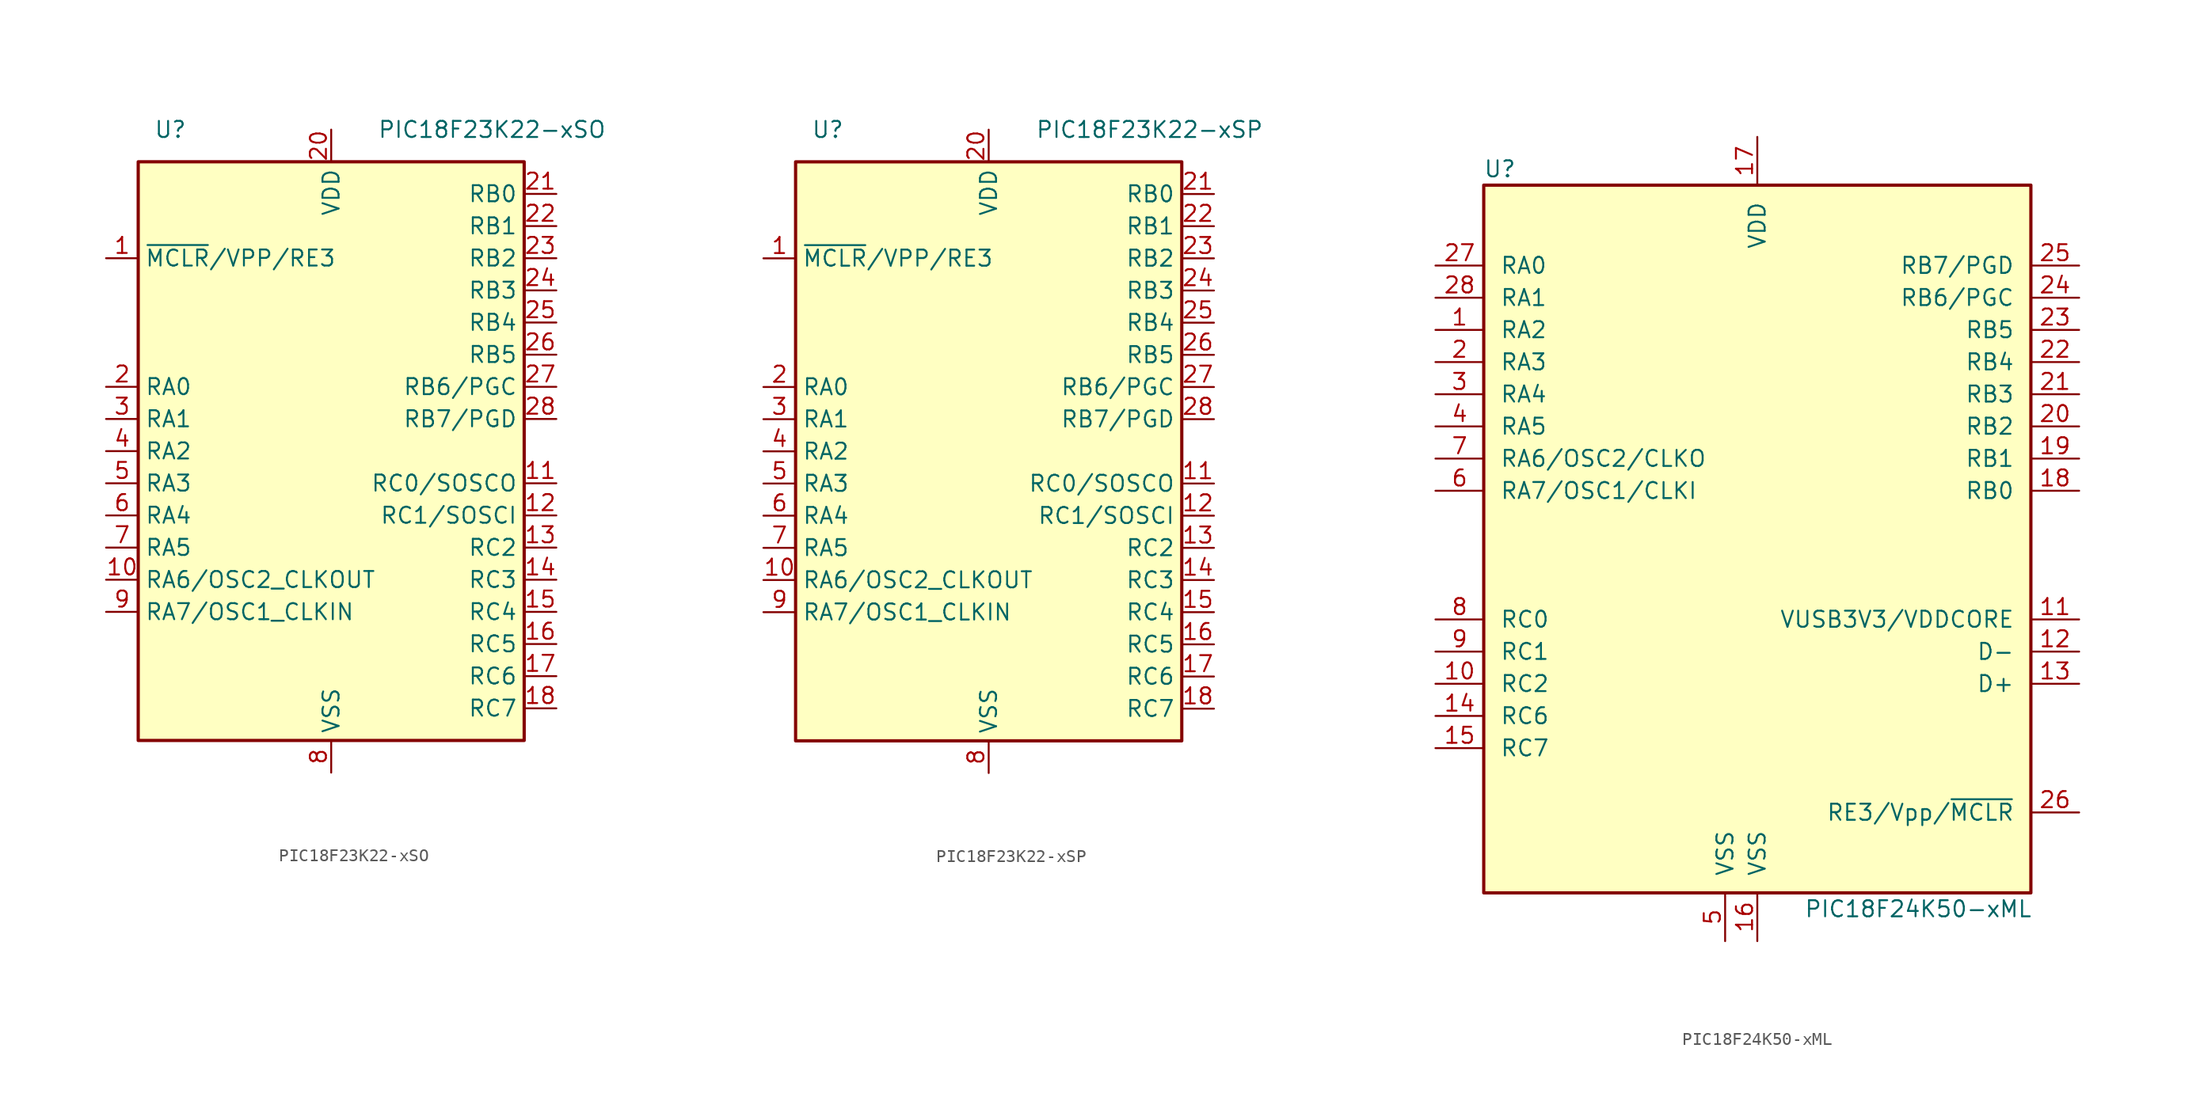
<source format=kicad_sym>
(kicad_symbol_lib
  (version 20211014)
  (generator kicad_symbol_editor)
  (symbol "PIC18F23K22-xSO"
    (property "Reference" "U"
      (at -12.7 25.4 0)
      (effects (font (size 1.27 1.27))))
    (property "Value" "PIC18F23K22-xSO"
      (at 12.7 25.4 0)
      (effects (font (size 1.27 1.27))))
    (symbol "PIC18F23K22-xSO_1_1"
      (rectangle (start -15.24 22.86) (end 15.24 -22.86) (stroke (width 0.254) (type default) (color 0 0 0 0)) (fill (type background)))
      (pin input line (at -17.78 15.24 0) (length 2.54) (name "~{MCLR}/VPP/RE3" (effects (font (size 1.27 1.27)))) (number "1" (effects (font (size 1.27 1.27)))))
      (pin bidirectional line (at -17.78 -10.16 0) (length 2.54) (name "RA6/OSC2_CLKOUT" (effects (font (size 1.27 1.27)))) (number "10" (effects (font (size 1.27 1.27)))))
      (pin bidirectional line (at 17.78 -2.54 180) (length 2.54) (name "RC0/SOSCO" (effects (font (size 1.27 1.27)))) (number "11" (effects (font (size 1.27 1.27)))))
      (pin bidirectional line (at 17.78 -5.08 180) (length 2.54) (name "RC1/SOSCI" (effects (font (size 1.27 1.27)))) (number "12" (effects (font (size 1.27 1.27)))))
      (pin bidirectional line (at 17.78 -7.62 180) (length 2.54) (name "RC2" (effects (font (size 1.27 1.27)))) (number "13" (effects (font (size 1.27 1.27)))))
      (pin bidirectional line (at 17.78 -10.16 180) (length 2.54) (name "RC3" (effects (font (size 1.27 1.27)))) (number "14" (effects (font (size 1.27 1.27)))))
      (pin bidirectional line (at 17.78 -12.7 180) (length 2.54) (name "RC4" (effects (font (size 1.27 1.27)))) (number "15" (effects (font (size 1.27 1.27)))))
      (pin bidirectional line (at 17.78 -15.24 180) (length 2.54) (name "RC5" (effects (font (size 1.27 1.27)))) (number "16" (effects (font (size 1.27 1.27)))))
      (pin bidirectional line (at 17.78 -17.78 180) (length 2.54) (name "RC6" (effects (font (size 1.27 1.27)))) (number "17" (effects (font (size 1.27 1.27)))))
      (pin bidirectional line (at 17.78 -20.32 180) (length 2.54) (name "RC7" (effects (font (size 1.27 1.27)))) (number "18" (effects (font (size 1.27 1.27)))))
      (pin passive line (at 0 -25.4 90) (length 2.54) hide (name "VSS" (effects (font (size 1.27 1.27)))) (number "19" (effects (font (size 1.27 1.27)))))
      (pin bidirectional line (at -17.78 5.08 0) (length 2.54) (name "RA0" (effects (font (size 1.27 1.27)))) (number "2" (effects (font (size 1.27 1.27)))))
      (pin power_in line (at 0 25.4 270) (length 2.54) (name "VDD" (effects (font (size 1.27 1.27)))) (number "20" (effects (font (size 1.27 1.27)))))
      (pin bidirectional line (at 17.78 20.32 180) (length 2.54) (name "RB0" (effects (font (size 1.27 1.27)))) (number "21" (effects (font (size 1.27 1.27)))))
      (pin bidirectional line (at 17.78 17.78 180) (length 2.54) (name "RB1" (effects (font (size 1.27 1.27)))) (number "22" (effects (font (size 1.27 1.27)))))
      (pin bidirectional line (at 17.78 15.24 180) (length 2.54) (name "RB2" (effects (font (size 1.27 1.27)))) (number "23" (effects (font (size 1.27 1.27)))))
      (pin bidirectional line (at 17.78 12.7 180) (length 2.54) (name "RB3" (effects (font (size 1.27 1.27)))) (number "24" (effects (font (size 1.27 1.27)))))
      (pin bidirectional line (at 17.78 10.16 180) (length 2.54) (name "RB4" (effects (font (size 1.27 1.27)))) (number "25" (effects (font (size 1.27 1.27)))))
      (pin bidirectional line (at 17.78 7.62 180) (length 2.54) (name "RB5" (effects (font (size 1.27 1.27)))) (number "26" (effects (font (size 1.27 1.27)))))
      (pin bidirectional line (at 17.78 5.08 180) (length 2.54) (name "RB6/PGC" (effects (font (size 1.27 1.27)))) (number "27" (effects (font (size 1.27 1.27)))))
      (pin bidirectional line (at 17.78 2.54 180) (length 2.54) (name "RB7/PGD" (effects (font (size 1.27 1.27)))) (number "28" (effects (font (size 1.27 1.27)))))
      (pin bidirectional line (at -17.78 2.54 0) (length 2.54) (name "RA1" (effects (font (size 1.27 1.27)))) (number "3" (effects (font (size 1.27 1.27)))))
      (pin bidirectional line (at -17.78 0 0) (length 2.54) (name "RA2" (effects (font (size 1.27 1.27)))) (number "4" (effects (font (size 1.27 1.27)))))
      (pin bidirectional line (at -17.78 -2.54 0) (length 2.54) (name "RA3" (effects (font (size 1.27 1.27)))) (number "5" (effects (font (size 1.27 1.27)))))
      (pin bidirectional line (at -17.78 -5.08 0) (length 2.54) (name "RA4" (effects (font (size 1.27 1.27)))) (number "6" (effects (font (size 1.27 1.27)))))
      (pin bidirectional line (at -17.78 -7.62 0) (length 2.54) (name "RA5" (effects (font (size 1.27 1.27)))) (number "7" (effects (font (size 1.27 1.27)))))
      (pin power_in line (at 0 -25.4 90) (length 2.54) (name "VSS" (effects (font (size 1.27 1.27)))) (number "8" (effects (font (size 1.27 1.27)))))
      (pin bidirectional line (at -17.78 -12.7 0) (length 2.54) (name "RA7/OSC1_CLKIN" (effects (font (size 1.27 1.27)))) (number "9" (effects (font (size 1.27 1.27)))))))
  (symbol "PIC18F23K22-xSP"
    (property "Reference" "U"
      (at -12.7 25.4 0)
      (effects (font (size 1.27 1.27))))
    (property "Value" "PIC18F23K22-xSP"
      (at 12.7 25.4 0)
      (effects (font (size 1.27 1.27))))
    (symbol "PIC18F23K22-xSP_1_1"
      (rectangle (start -15.24 22.86) (end 15.24 -22.86) (stroke (width 0.254) (type default) (color 0 0 0 0)) (fill (type background)))
      (pin input line (at -17.78 15.24 0) (length 2.54) (name "~{MCLR}/VPP/RE3" (effects (font (size 1.27 1.27)))) (number "1" (effects (font (size 1.27 1.27)))))
      (pin bidirectional line (at -17.78 -10.16 0) (length 2.54) (name "RA6/OSC2_CLKOUT" (effects (font (size 1.27 1.27)))) (number "10" (effects (font (size 1.27 1.27)))))
      (pin bidirectional line (at 17.78 -2.54 180) (length 2.54) (name "RC0/SOSCO" (effects (font (size 1.27 1.27)))) (number "11" (effects (font (size 1.27 1.27)))))
      (pin bidirectional line (at 17.78 -5.08 180) (length 2.54) (name "RC1/SOSCI" (effects (font (size 1.27 1.27)))) (number "12" (effects (font (size 1.27 1.27)))))
      (pin bidirectional line (at 17.78 -7.62 180) (length 2.54) (name "RC2" (effects (font (size 1.27 1.27)))) (number "13" (effects (font (size 1.27 1.27)))))
      (pin bidirectional line (at 17.78 -10.16 180) (length 2.54) (name "RC3" (effects (font (size 1.27 1.27)))) (number "14" (effects (font (size 1.27 1.27)))))
      (pin bidirectional line (at 17.78 -12.7 180) (length 2.54) (name "RC4" (effects (font (size 1.27 1.27)))) (number "15" (effects (font (size 1.27 1.27)))))
      (pin bidirectional line (at 17.78 -15.24 180) (length 2.54) (name "RC5" (effects (font (size 1.27 1.27)))) (number "16" (effects (font (size 1.27 1.27)))))
      (pin bidirectional line (at 17.78 -17.78 180) (length 2.54) (name "RC6" (effects (font (size 1.27 1.27)))) (number "17" (effects (font (size 1.27 1.27)))))
      (pin bidirectional line (at 17.78 -20.32 180) (length 2.54) (name "RC7" (effects (font (size 1.27 1.27)))) (number "18" (effects (font (size 1.27 1.27)))))
      (pin passive line (at 0 -25.4 90) (length 2.54) hide (name "VSS" (effects (font (size 1.27 1.27)))) (number "19" (effects (font (size 1.27 1.27)))))
      (pin bidirectional line (at -17.78 5.08 0) (length 2.54) (name "RA0" (effects (font (size 1.27 1.27)))) (number "2" (effects (font (size 1.27 1.27)))))
      (pin power_in line (at 0 25.4 270) (length 2.54) (name "VDD" (effects (font (size 1.27 1.27)))) (number "20" (effects (font (size 1.27 1.27)))))
      (pin bidirectional line (at 17.78 20.32 180) (length 2.54) (name "RB0" (effects (font (size 1.27 1.27)))) (number "21" (effects (font (size 1.27 1.27)))))
      (pin bidirectional line (at 17.78 17.78 180) (length 2.54) (name "RB1" (effects (font (size 1.27 1.27)))) (number "22" (effects (font (size 1.27 1.27)))))
      (pin bidirectional line (at 17.78 15.24 180) (length 2.54) (name "RB2" (effects (font (size 1.27 1.27)))) (number "23" (effects (font (size 1.27 1.27)))))
      (pin bidirectional line (at 17.78 12.7 180) (length 2.54) (name "RB3" (effects (font (size 1.27 1.27)))) (number "24" (effects (font (size 1.27 1.27)))))
      (pin bidirectional line (at 17.78 10.16 180) (length 2.54) (name "RB4" (effects (font (size 1.27 1.27)))) (number "25" (effects (font (size 1.27 1.27)))))
      (pin bidirectional line (at 17.78 7.62 180) (length 2.54) (name "RB5" (effects (font (size 1.27 1.27)))) (number "26" (effects (font (size 1.27 1.27)))))
      (pin bidirectional line (at 17.78 5.08 180) (length 2.54) (name "RB6/PGC" (effects (font (size 1.27 1.27)))) (number "27" (effects (font (size 1.27 1.27)))))
      (pin bidirectional line (at 17.78 2.54 180) (length 2.54) (name "RB7/PGD" (effects (font (size 1.27 1.27)))) (number "28" (effects (font (size 1.27 1.27)))))
      (pin bidirectional line (at -17.78 2.54 0) (length 2.54) (name "RA1" (effects (font (size 1.27 1.27)))) (number "3" (effects (font (size 1.27 1.27)))))
      (pin bidirectional line (at -17.78 0 0) (length 2.54) (name "RA2" (effects (font (size 1.27 1.27)))) (number "4" (effects (font (size 1.27 1.27)))))
      (pin bidirectional line (at -17.78 -2.54 0) (length 2.54) (name "RA3" (effects (font (size 1.27 1.27)))) (number "5" (effects (font (size 1.27 1.27)))))
      (pin bidirectional line (at -17.78 -5.08 0) (length 2.54) (name "RA4" (effects (font (size 1.27 1.27)))) (number "6" (effects (font (size 1.27 1.27)))))
      (pin bidirectional line (at -17.78 -7.62 0) (length 2.54) (name "RA5" (effects (font (size 1.27 1.27)))) (number "7" (effects (font (size 1.27 1.27)))))
      (pin power_in line (at 0 -25.4 90) (length 2.54) (name "VSS" (effects (font (size 1.27 1.27)))) (number "8" (effects (font (size 1.27 1.27)))))
      (pin bidirectional line (at -17.78 -12.7 0) (length 2.54) (name "RA7/OSC1_CLKIN" (effects (font (size 1.27 1.27)))) (number "9" (effects (font (size 1.27 1.27)))))))
  (symbol "PIC18F24K50-xML"
    (pin_names
      (offset 1.27))
    (property "Reference" "U"
      (at -20.32 30.48 0)
      (effects (font (size 1.27 1.27))))
    (property "Value" "PIC18F24K50-xML"
      (at 12.7 -27.94 0)
      (effects (font (size 1.27 1.27))))
    (symbol "PIC18F24K50-xML_0_1"
      (rectangle (start -21.59 29.21) (end 21.59 -26.67) (stroke (width 0.254) (type default) (color 0 0 0 0)) (fill (type background))))
    (symbol "PIC18F24K50-xML_1_1"
      (pin bidirectional line (at -25.4 17.78 0) (length 3.81) (name "RA2" (effects (font (size 1.27 1.27)))) (number "1" (effects (font (size 1.27 1.27)))))
      (pin bidirectional line (at -25.4 -10.16 0) (length 3.81) (name "RC2" (effects (font (size 1.27 1.27)))) (number "10" (effects (font (size 1.27 1.27)))))
      (pin bidirectional line (at 25.4 -5.08 180) (length 3.81) (name "VUSB3V3/VDDCORE" (effects (font (size 1.27 1.27)))) (number "11" (effects (font (size 1.27 1.27)))))
      (pin bidirectional line (at 25.4 -7.62 180) (length 3.81) (name "D-" (effects (font (size 1.27 1.27)))) (number "12" (effects (font (size 1.27 1.27)))))
      (pin bidirectional line (at 25.4 -10.16 180) (length 3.81) (name "D+" (effects (font (size 1.27 1.27)))) (number "13" (effects (font (size 1.27 1.27)))))
      (pin bidirectional line (at -25.4 -12.7 0) (length 3.81) (name "RC6" (effects (font (size 1.27 1.27)))) (number "14" (effects (font (size 1.27 1.27)))))
      (pin bidirectional line (at -25.4 -15.24 0) (length 3.81) (name "RC7" (effects (font (size 1.27 1.27)))) (number "15" (effects (font (size 1.27 1.27)))))
      (pin power_in line (at 0 -30.48 90) (length 3.81) (name "VSS" (effects (font (size 1.27 1.27)))) (number "16" (effects (font (size 1.27 1.27)))))
      (pin power_in line (at 0 33.02 270) (length 3.81) (name "VDD" (effects (font (size 1.27 1.27)))) (number "17" (effects (font (size 1.27 1.27)))))
      (pin bidirectional line (at 25.4 5.08 180) (length 3.81) (name "RB0" (effects (font (size 1.27 1.27)))) (number "18" (effects (font (size 1.27 1.27)))))
      (pin bidirectional line (at 25.4 7.62 180) (length 3.81) (name "RB1" (effects (font (size 1.27 1.27)))) (number "19" (effects (font (size 1.27 1.27)))))
      (pin bidirectional line (at -25.4 15.24 0) (length 3.81) (name "RA3" (effects (font (size 1.27 1.27)))) (number "2" (effects (font (size 1.27 1.27)))))
      (pin bidirectional line (at 25.4 10.16 180) (length 3.81) (name "RB2" (effects (font (size 1.27 1.27)))) (number "20" (effects (font (size 1.27 1.27)))))
      (pin bidirectional line (at 25.4 12.7 180) (length 3.81) (name "RB3" (effects (font (size 1.27 1.27)))) (number "21" (effects (font (size 1.27 1.27)))))
      (pin bidirectional line (at 25.4 15.24 180) (length 3.81) (name "RB4" (effects (font (size 1.27 1.27)))) (number "22" (effects (font (size 1.27 1.27)))))
      (pin bidirectional line (at 25.4 17.78 180) (length 3.81) (name "RB5" (effects (font (size 1.27 1.27)))) (number "23" (effects (font (size 1.27 1.27)))))
      (pin bidirectional line (at 25.4 20.32 180) (length 3.81) (name "RB6/PGC" (effects (font (size 1.27 1.27)))) (number "24" (effects (font (size 1.27 1.27)))))
      (pin bidirectional line (at 25.4 22.86 180) (length 3.81) (name "RB7/PGD" (effects (font (size 1.27 1.27)))) (number "25" (effects (font (size 1.27 1.27)))))
      (pin input line (at 25.4 -20.32 180) (length 3.81) (name "RE3/Vpp/~{MCLR}" (effects (font (size 1.27 1.27)))) (number "26" (effects (font (size 1.27 1.27)))))
      (pin bidirectional line (at -25.4 22.86 0) (length 3.81) (name "RA0" (effects (font (size 1.27 1.27)))) (number "27" (effects (font (size 1.27 1.27)))))
      (pin bidirectional line (at -25.4 20.32 0) (length 3.81) (name "RA1" (effects (font (size 1.27 1.27)))) (number "28" (effects (font (size 1.27 1.27)))))
      (pin bidirectional line (at -25.4 12.7 0) (length 3.81) (name "RA4" (effects (font (size 1.27 1.27)))) (number "3" (effects (font (size 1.27 1.27)))))
      (pin bidirectional line (at -25.4 10.16 0) (length 3.81) (name "RA5" (effects (font (size 1.27 1.27)))) (number "4" (effects (font (size 1.27 1.27)))))
      (pin power_in line (at -2.54 -30.48 90) (length 3.81) (name "VSS" (effects (font (size 1.27 1.27)))) (number "5" (effects (font (size 1.27 1.27)))))
      (pin input line (at -25.4 5.08 0) (length 3.81) (name "RA7/OSC1/CLKI" (effects (font (size 1.27 1.27)))) (number "6" (effects (font (size 1.27 1.27)))))
      (pin output line (at -25.4 7.62 0) (length 3.81) (name "RA6/OSC2/CLKO" (effects (font (size 1.27 1.27)))) (number "7" (effects (font (size 1.27 1.27)))))
      (pin bidirectional line (at -25.4 -5.08 0) (length 3.81) (name "RC0" (effects (font (size 1.27 1.27)))) (number "8" (effects (font (size 1.27 1.27)))))
      (pin bidirectional line (at -25.4 -7.62 0) (length 3.81) (name "RC1" (effects (font (size 1.27 1.27)))) (number "9" (effects (font (size 1.27 1.27))))))))
</source>
